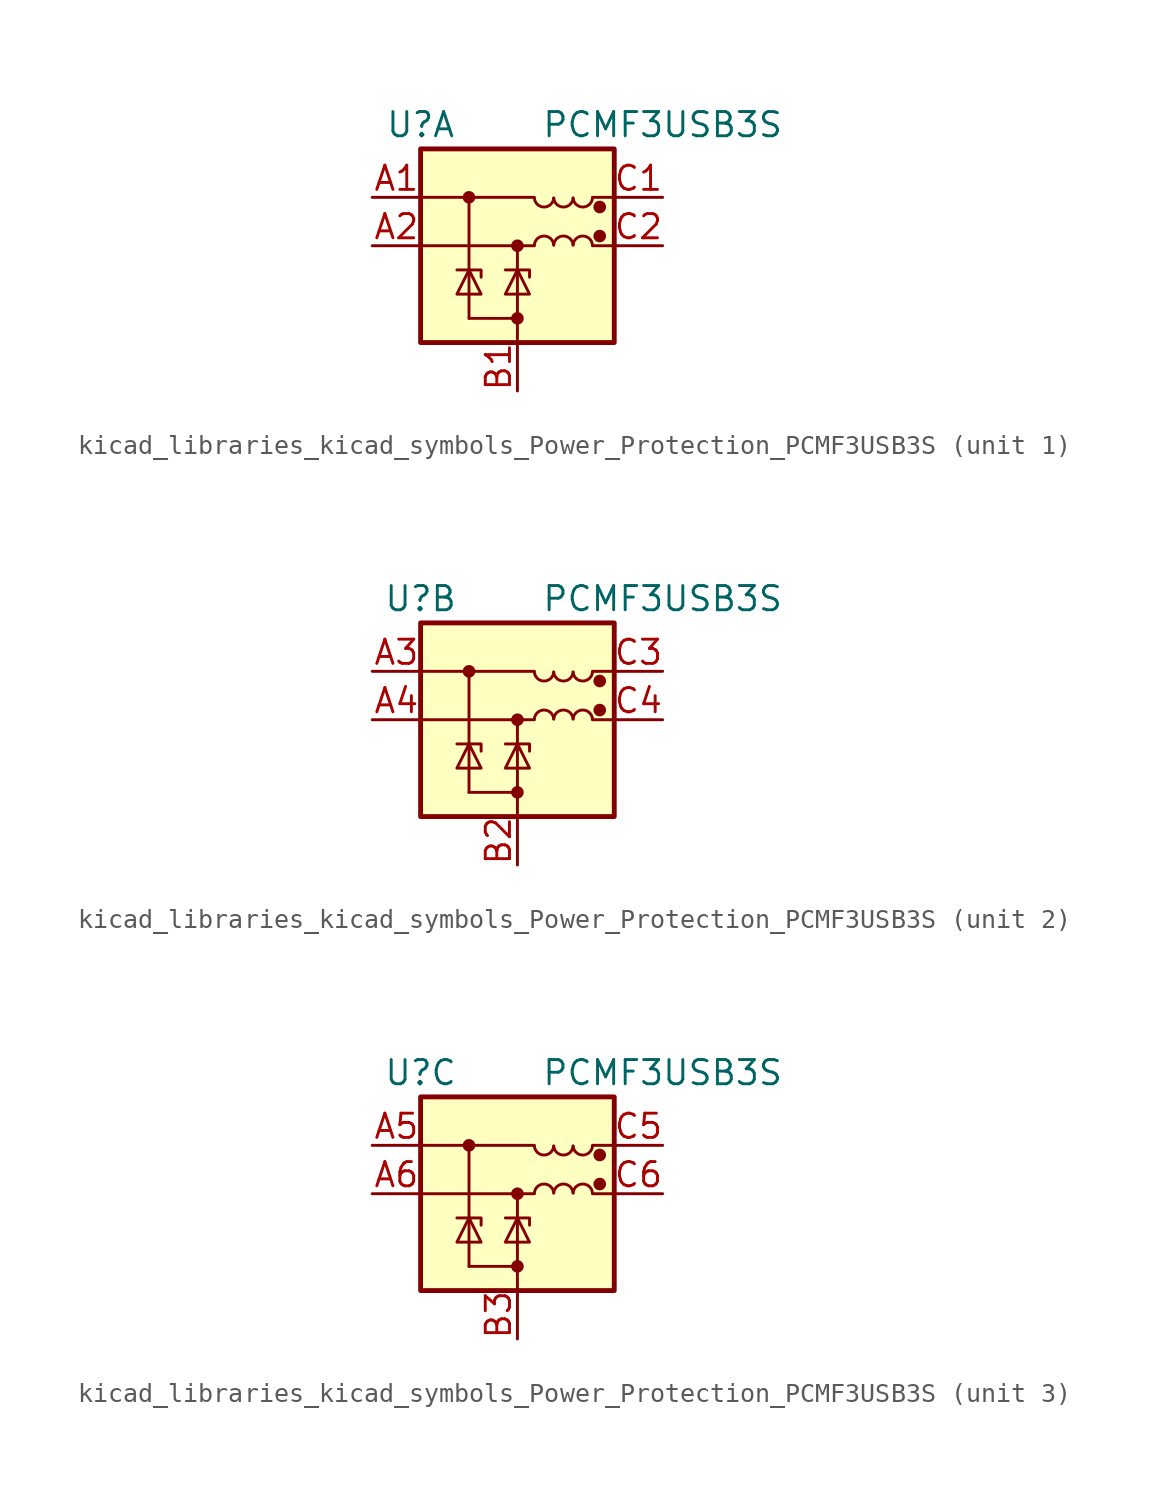
<source format=kicad_sym>
(kicad_symbol_lib
  (version 20220914)
  (generator kicad_symbol_editor)
  (symbol "kicad_libraries_kicad_symbols_Power_Protection_PCMF3USB3S"
    (pin_names
      (offset 0.025) hide)
    (property "Reference" "U"
      (at -5.08 6.35 0)
      (effects (font (size 1.27 1.27))))
    (property "Value" "PCMF3USB3S"
      (at 7.62 6.35 0)
      (effects (font (size 1.27 1.27))))
    (symbol "kicad_libraries_kicad_symbols_Power_Protection_PCMF3USB3S_0_1"
      (rectangle (start -5.08 5.08) (end 5.08 -5.08) (stroke (width 0.254) (type default)) (fill (type background)))
      (polyline (pts (xy -5.08 0) (xy 0.889 0)) (stroke (width 0) (type default)) (fill (type none)))
      (polyline (pts (xy -5.08 2.54) (xy 0.889 2.54)) (stroke (width 0) (type default)) (fill (type none)))
      (polyline (pts (xy -2.54 2.54) (xy -2.54 -3.81)) (stroke (width 0) (type default)) (fill (type none)))
      (polyline (pts (xy 0 0) (xy 0 -5.08)) (stroke (width 0) (type default)) (fill (type none)))
      (polyline (pts (xy 5.08 0) (xy 3.937 0)) (stroke (width 0) (type default)) (fill (type none)))
      (polyline (pts (xy 5.08 2.54) (xy 3.937 2.54)) (stroke (width 0) (type default)) (fill (type none)))
      (arc (start 0.889 2.5023) (mid 1.397 2.0306) (end 1.905 2.5023) (stroke (width 0) (type default)) (fill (type none)))
      (arc (start 1.905 0.0377) (mid 1.397 0.5094) (end 0.889 0.0377) (stroke (width 0) (type default)) (fill (type none)))
      (arc (start 1.905 2.5023) (mid 2.413 2.0306) (end 2.921 2.5023) (stroke (width 0) (type default)) (fill (type none)))
      (arc (start 2.921 0.0377) (mid 2.413 0.5094) (end 1.905 0.0377) (stroke (width 0) (type default)) (fill (type none)))
      (arc (start 2.921 2.5023) (mid 3.429 2.0306) (end 3.937 2.5023) (stroke (width 0) (type default)) (fill (type none)))
      (arc (start 3.937 0.0377) (mid 3.429 0.5094) (end 2.921 0.0377) (stroke (width 0) (type default)) (fill (type none))))
    (symbol "kicad_libraries_kicad_symbols_Power_Protection_PCMF3USB3S_1_1"
      (circle (center -2.54 2.54) (radius 0.254) (stroke (width 0) (type default)) (fill (type outline)))
      (circle (center 0 -3.81) (radius 0.254) (stroke (width 0) (type default)) (fill (type outline)))
      (polyline (pts (xy 0 -3.81) (xy -2.54 -3.81)) (stroke (width 0) (type default)) (fill (type none)))
      (polyline (pts (xy -1.905 -1.651) (xy -1.905 -1.27) (xy -3.175 -1.27)) (stroke (width 0) (type default)) (fill (type none)))
      (polyline (pts (xy 0.635 -1.651) (xy 0.635 -1.27) (xy -0.635 -1.27)) (stroke (width 0) (type default)) (fill (type none)))
      (polyline (pts (xy -3.175 -2.54) (xy -1.905 -2.54) (xy -2.54 -1.27) (xy -3.175 -2.54)) (stroke (width 0) (type default)) (fill (type none)))
      (polyline (pts (xy -0.635 -2.54) (xy 0.635 -2.54) (xy 0 -1.27) (xy -0.635 -2.54)) (stroke (width 0) (type default)) (fill (type none)))
      (circle (center 0 0) (radius 0.254) (stroke (width 0) (type default)) (fill (type outline)))
      (circle (center 4.318 0.508) (radius 0.254) (stroke (width 0) (type default)) (fill (type outline)))
      (circle (center 4.318 2.032) (radius 0.254) (stroke (width 0) (type default)) (fill (type outline)))
      (pin passive line (at -7.62 2.54 0) (length 2.54) (name "CH1_IN+" (effects (font (size 1.27 1.27)))) (number "A1" (effects (font (size 1.27 1.27)))))
      (pin passive line (at -7.62 0 0) (length 2.54) (name "CH1_IN-" (effects (font (size 1.27 1.27)))) (number "A2" (effects (font (size 1.27 1.27)))))
      (pin power_in line (at 0 -7.62 90) (length 2.54) (name "GND_CH1" (effects (font (size 1.27 1.27)))) (number "B1" (effects (font (size 1.27 1.27)))))
      (pin passive line (at 7.62 2.54 180) (length 2.54) (name "CH1_OUT+" (effects (font (size 1.27 1.27)))) (number "C1" (effects (font (size 1.27 1.27)))))
      (pin passive line (at 7.62 0 180) (length 2.54) (name "CH1_OUT-" (effects (font (size 1.27 1.27)))) (number "C2" (effects (font (size 1.27 1.27))))))
    (symbol "kicad_libraries_kicad_symbols_Power_Protection_PCMF3USB3S_2_1"
      (circle (center -2.54 2.54) (radius 0.254) (stroke (width 0) (type default)) (fill (type outline)))
      (circle (center 0 -3.81) (radius 0.254) (stroke (width 0) (type default)) (fill (type outline)))
      (polyline (pts (xy 0 -3.81) (xy -2.54 -3.81)) (stroke (width 0) (type default)) (fill (type none)))
      (polyline (pts (xy -1.905 -1.651) (xy -1.905 -1.27) (xy -3.175 -1.27)) (stroke (width 0) (type default)) (fill (type none)))
      (polyline (pts (xy 0.635 -1.651) (xy 0.635 -1.27) (xy -0.635 -1.27)) (stroke (width 0) (type default)) (fill (type none)))
      (polyline (pts (xy -3.175 -2.54) (xy -1.905 -2.54) (xy -2.54 -1.27) (xy -3.175 -2.54)) (stroke (width 0) (type default)) (fill (type none)))
      (polyline (pts (xy -0.635 -2.54) (xy 0.635 -2.54) (xy 0 -1.27) (xy -0.635 -2.54)) (stroke (width 0) (type default)) (fill (type none)))
      (circle (center 0 0) (radius 0.254) (stroke (width 0) (type default)) (fill (type outline)))
      (circle (center 4.318 0.508) (radius 0.254) (stroke (width 0) (type default)) (fill (type outline)))
      (circle (center 4.318 2.032) (radius 0.254) (stroke (width 0) (type default)) (fill (type outline)))
      (pin passive line (at -7.62 2.54 0) (length 2.54) (name "CH2_IN+" (effects (font (size 1.27 1.27)))) (number "A3" (effects (font (size 1.27 1.27)))))
      (pin passive line (at -7.62 0 0) (length 2.54) (name "CH2_IN-" (effects (font (size 1.27 1.27)))) (number "A4" (effects (font (size 1.27 1.27)))))
      (pin power_in line (at 0 -7.62 90) (length 2.54) (name "GND_CH2" (effects (font (size 1.27 1.27)))) (number "B2" (effects (font (size 1.27 1.27)))))
      (pin passive line (at 7.62 2.54 180) (length 2.54) (name "CH2_OUT+" (effects (font (size 1.27 1.27)))) (number "C3" (effects (font (size 1.27 1.27)))))
      (pin passive line (at 7.62 0 180) (length 2.54) (name "CH2_OUT-" (effects (font (size 1.27 1.27)))) (number "C4" (effects (font (size 1.27 1.27))))))
    (symbol "kicad_libraries_kicad_symbols_Power_Protection_PCMF3USB3S_3_1"
      (circle (center -2.54 2.54) (radius 0.254) (stroke (width 0) (type default)) (fill (type outline)))
      (circle (center 0 -3.81) (radius 0.254) (stroke (width 0) (type default)) (fill (type outline)))
      (polyline (pts (xy 0 -3.81) (xy -2.54 -3.81)) (stroke (width 0) (type default)) (fill (type none)))
      (polyline (pts (xy -1.905 -1.651) (xy -1.905 -1.27) (xy -3.175 -1.27)) (stroke (width 0) (type default)) (fill (type none)))
      (polyline (pts (xy 0.635 -1.651) (xy 0.635 -1.27) (xy -0.635 -1.27)) (stroke (width 0) (type default)) (fill (type none)))
      (polyline (pts (xy -3.175 -2.54) (xy -1.905 -2.54) (xy -2.54 -1.27) (xy -3.175 -2.54)) (stroke (width 0) (type default)) (fill (type none)))
      (polyline (pts (xy -0.635 -2.54) (xy 0.635 -2.54) (xy 0 -1.27) (xy -0.635 -2.54)) (stroke (width 0) (type default)) (fill (type none)))
      (circle (center 0 0) (radius 0.254) (stroke (width 0) (type default)) (fill (type outline)))
      (circle (center 4.318 0.508) (radius 0.254) (stroke (width 0) (type default)) (fill (type outline)))
      (circle (center 4.318 2.032) (radius 0.254) (stroke (width 0) (type default)) (fill (type outline)))
      (pin passive line (at -7.62 2.54 0) (length 2.54) (name "CH3_IN+" (effects (font (size 1.27 1.27)))) (number "A5" (effects (font (size 1.27 1.27)))))
      (pin passive line (at -7.62 0 0) (length 2.54) (name "CH3_IN-" (effects (font (size 1.27 1.27)))) (number "A6" (effects (font (size 1.27 1.27)))))
      (pin power_in line (at 0 -7.62 90) (length 2.54) (name "GND_CH3" (effects (font (size 1.27 1.27)))) (number "B3" (effects (font (size 1.27 1.27)))))
      (pin passive line (at 7.62 2.54 180) (length 2.54) (name "CH3_OUT+" (effects (font (size 1.27 1.27)))) (number "C5" (effects (font (size 1.27 1.27)))))
      (pin passive line (at 7.62 0 180) (length 2.54) (name "CH3_OUT-" (effects (font (size 1.27 1.27)))) (number "C6" (effects (font (size 1.27 1.27))))))))
</source>
